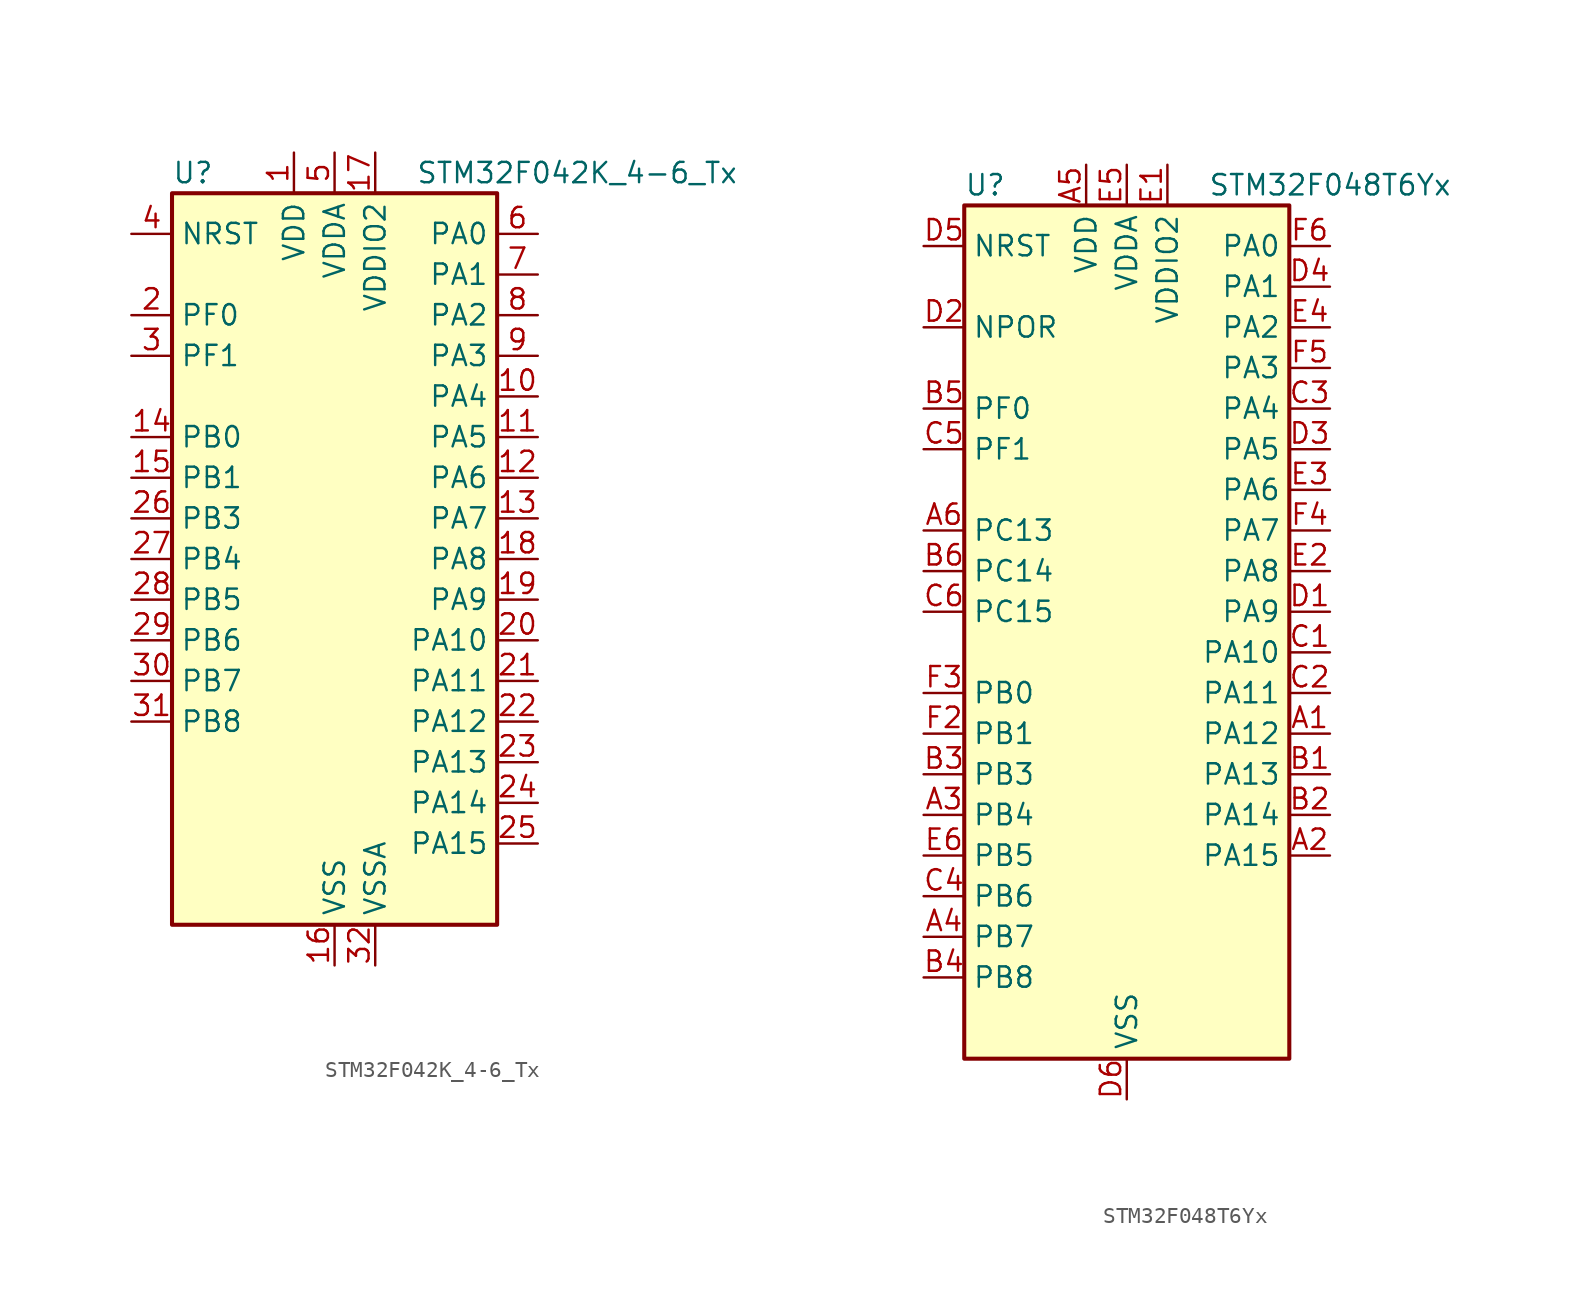
<source format=kicad_sym>
(kicad_symbol_lib
  (version 20231120)
  (generator "kicad_symbol_editor")
  (generator_version "8.0")
  (symbol "STM32F042K_4-6_Tx"
    (property "Reference" "U"
      (at -10.16 24.13 0)
      (effects (font (size 1.27 1.27)) (justify left)))
    (property "Value" "STM32F042K_4-6_Tx"
      (at 5.08 24.13 0)
      (effects (font (size 1.27 1.27)) (justify left)))
    (property "ki_locked" ""
      (at 0 0 0)
      (effects (font (size 1.27 1.27))))
    (symbol "STM32F042K_4-6_Tx_0_1"
      (rectangle (start -10.16 -22.86) (end 10.16 22.86) (stroke (width 0.254) (type default)) (fill (type background))))
    (symbol "STM32F042K_4-6_Tx_1_1"
      (pin power_in line (at -2.54 25.4 270) (length 2.54) (name "VDD" (effects (font (size 1.27 1.27)))) (number "1" (effects (font (size 1.27 1.27)))))
      (pin bidirectional line (at 12.7 10.16 180) (length 2.54) (name "PA4" (effects (font (size 1.27 1.27)))) (number "10" (effects (font (size 1.27 1.27)))) (alternate "ADC_IN4" bidirectional line) (alternate "I2S1_WS" bidirectional line) (alternate "SPI1_NSS" bidirectional line) (alternate "TIM14_CH1" bidirectional line) (alternate "TSC_G2_IO1" bidirectional line) (alternate "USART2_CK" bidirectional line) (alternate "USB_NOE" bidirectional line))
      (pin bidirectional line (at 12.7 7.62 180) (length 2.54) (name "PA5" (effects (font (size 1.27 1.27)))) (number "11" (effects (font (size 1.27 1.27)))) (alternate "ADC_IN5" bidirectional line) (alternate "CEC" bidirectional line) (alternate "I2S1_CK" bidirectional line) (alternate "SPI1_SCK" bidirectional line) (alternate "TIM2_CH1" bidirectional line) (alternate "TIM2_ETR" bidirectional line) (alternate "TSC_G2_IO2" bidirectional line))
      (pin bidirectional line (at 12.7 5.08 180) (length 2.54) (name "PA6" (effects (font (size 1.27 1.27)))) (number "12" (effects (font (size 1.27 1.27)))) (alternate "ADC_IN6" bidirectional line) (alternate "I2S1_MCK" bidirectional line) (alternate "SPI1_MISO" bidirectional line) (alternate "TIM16_CH1" bidirectional line) (alternate "TIM1_BKIN" bidirectional line) (alternate "TIM3_CH1" bidirectional line) (alternate "TSC_G2_IO3" bidirectional line))
      (pin bidirectional line (at 12.7 2.54 180) (length 2.54) (name "PA7" (effects (font (size 1.27 1.27)))) (number "13" (effects (font (size 1.27 1.27)))) (alternate "ADC_IN7" bidirectional line) (alternate "I2S1_SD" bidirectional line) (alternate "SPI1_MOSI" bidirectional line) (alternate "TIM14_CH1" bidirectional line) (alternate "TIM17_CH1" bidirectional line) (alternate "TIM1_CH1N" bidirectional line) (alternate "TIM3_CH2" bidirectional line) (alternate "TSC_G2_IO4" bidirectional line))
      (pin bidirectional line (at -12.7 7.62 0) (length 2.54) (name "PB0" (effects (font (size 1.27 1.27)))) (number "14" (effects (font (size 1.27 1.27)))) (alternate "ADC_IN8" bidirectional line) (alternate "TIM1_CH2N" bidirectional line) (alternate "TIM3_CH3" bidirectional line) (alternate "TSC_G3_IO2" bidirectional line))
      (pin bidirectional line (at -12.7 5.08 0) (length 2.54) (name "PB1" (effects (font (size 1.27 1.27)))) (number "15" (effects (font (size 1.27 1.27)))) (alternate "ADC_IN9" bidirectional line) (alternate "TIM14_CH1" bidirectional line) (alternate "TIM1_CH3N" bidirectional line) (alternate "TIM3_CH4" bidirectional line) (alternate "TSC_G3_IO3" bidirectional line))
      (pin power_in line (at 0 -25.4 90) (length 2.54) (name "VSS" (effects (font (size 1.27 1.27)))) (number "16" (effects (font (size 1.27 1.27)))))
      (pin power_in line (at 2.54 25.4 270) (length 2.54) (name "VDDIO2" (effects (font (size 1.27 1.27)))) (number "17" (effects (font (size 1.27 1.27)))))
      (pin bidirectional line (at 12.7 0 180) (length 2.54) (name "PA8" (effects (font (size 1.27 1.27)))) (number "18" (effects (font (size 1.27 1.27)))) (alternate "CRS_SYNC" bidirectional line) (alternate "RCC_MCO" bidirectional line) (alternate "TIM1_CH1" bidirectional line) (alternate "USART1_CK" bidirectional line))
      (pin bidirectional line (at 12.7 -2.54 180) (length 2.54) (name "PA9" (effects (font (size 1.27 1.27)))) (number "19" (effects (font (size 1.27 1.27)))) (alternate "I2C1_SCL" bidirectional line) (alternate "TIM1_CH2" bidirectional line) (alternate "TSC_G4_IO1" bidirectional line) (alternate "USART1_TX" bidirectional line))
      (pin bidirectional line (at -12.7 15.24 0) (length 2.54) (name "PF0" (effects (font (size 1.27 1.27)))) (number "2" (effects (font (size 1.27 1.27)))) (alternate "CRS_SYNC" bidirectional line) (alternate "I2C1_SDA" bidirectional line) (alternate "RCC_OSC_IN" bidirectional line))
      (pin bidirectional line (at 12.7 -5.08 180) (length 2.54) (name "PA10" (effects (font (size 1.27 1.27)))) (number "20" (effects (font (size 1.27 1.27)))) (alternate "I2C1_SDA" bidirectional line) (alternate "TIM17_BKIN" bidirectional line) (alternate "TIM1_CH3" bidirectional line) (alternate "TSC_G4_IO2" bidirectional line) (alternate "USART1_RX" bidirectional line))
      (pin bidirectional line (at 12.7 -7.62 180) (length 2.54) (name "PA11" (effects (font (size 1.27 1.27)))) (number "21" (effects (font (size 1.27 1.27)))) (alternate "CAN_RX" bidirectional line) (alternate "I2C1_SCL" bidirectional line) (alternate "TIM1_CH4" bidirectional line) (alternate "TSC_G4_IO3" bidirectional line) (alternate "USART1_CTS" bidirectional line) (alternate "USB_DM" bidirectional line))
      (pin bidirectional line (at 12.7 -10.16 180) (length 2.54) (name "PA12" (effects (font (size 1.27 1.27)))) (number "22" (effects (font (size 1.27 1.27)))) (alternate "CAN_TX" bidirectional line) (alternate "I2C1_SDA" bidirectional line) (alternate "TIM1_ETR" bidirectional line) (alternate "TSC_G4_IO4" bidirectional line) (alternate "USART1_DE" bidirectional line) (alternate "USART1_RTS" bidirectional line) (alternate "USB_DP" bidirectional line))
      (pin bidirectional line (at 12.7 -12.7 180) (length 2.54) (name "PA13" (effects (font (size 1.27 1.27)))) (number "23" (effects (font (size 1.27 1.27)))) (alternate "IR_OUT" bidirectional line) (alternate "SYS_SWDIO" bidirectional line) (alternate "USB_NOE" bidirectional line))
      (pin bidirectional line (at 12.7 -15.24 180) (length 2.54) (name "PA14" (effects (font (size 1.27 1.27)))) (number "24" (effects (font (size 1.27 1.27)))) (alternate "SYS_SWCLK" bidirectional line) (alternate "USART2_TX" bidirectional line))
      (pin bidirectional line (at 12.7 -17.78 180) (length 2.54) (name "PA15" (effects (font (size 1.27 1.27)))) (number "25" (effects (font (size 1.27 1.27)))) (alternate "I2S1_WS" bidirectional line) (alternate "SPI1_NSS" bidirectional line) (alternate "TIM2_CH1" bidirectional line) (alternate "TIM2_ETR" bidirectional line) (alternate "USART2_RX" bidirectional line) (alternate "USB_NOE" bidirectional line))
      (pin bidirectional line (at -12.7 2.54 0) (length 2.54) (name "PB3" (effects (font (size 1.27 1.27)))) (number "26" (effects (font (size 1.27 1.27)))) (alternate "I2S1_CK" bidirectional line) (alternate "SPI1_SCK" bidirectional line) (alternate "TIM2_CH2" bidirectional line) (alternate "TSC_G5_IO1" bidirectional line))
      (pin bidirectional line (at -12.7 0 0) (length 2.54) (name "PB4" (effects (font (size 1.27 1.27)))) (number "27" (effects (font (size 1.27 1.27)))) (alternate "I2S1_MCK" bidirectional line) (alternate "SPI1_MISO" bidirectional line) (alternate "TIM17_BKIN" bidirectional line) (alternate "TIM3_CH1" bidirectional line) (alternate "TSC_G5_IO2" bidirectional line))
      (pin bidirectional line (at -12.7 -2.54 0) (length 2.54) (name "PB5" (effects (font (size 1.27 1.27)))) (number "28" (effects (font (size 1.27 1.27)))) (alternate "I2C1_SMBA" bidirectional line) (alternate "I2S1_SD" bidirectional line) (alternate "SPI1_MOSI" bidirectional line) (alternate "SYS_WKUP6" bidirectional line) (alternate "TIM16_BKIN" bidirectional line) (alternate "TIM3_CH2" bidirectional line))
      (pin bidirectional line (at -12.7 -5.08 0) (length 2.54) (name "PB6" (effects (font (size 1.27 1.27)))) (number "29" (effects (font (size 1.27 1.27)))) (alternate "I2C1_SCL" bidirectional line) (alternate "TIM16_CH1N" bidirectional line) (alternate "TSC_G5_IO3" bidirectional line) (alternate "USART1_TX" bidirectional line))
      (pin bidirectional line (at -12.7 12.7 0) (length 2.54) (name "PF1" (effects (font (size 1.27 1.27)))) (number "3" (effects (font (size 1.27 1.27)))) (alternate "I2C1_SCL" bidirectional line) (alternate "RCC_OSC_OUT" bidirectional line))
      (pin bidirectional line (at -12.7 -7.62 0) (length 2.54) (name "PB7" (effects (font (size 1.27 1.27)))) (number "30" (effects (font (size 1.27 1.27)))) (alternate "I2C1_SDA" bidirectional line) (alternate "TIM17_CH1N" bidirectional line) (alternate "TSC_G5_IO4" bidirectional line) (alternate "USART1_RX" bidirectional line))
      (pin bidirectional line (at -12.7 -10.16 0) (length 2.54) (name "PB8" (effects (font (size 1.27 1.27)))) (number "31" (effects (font (size 1.27 1.27)))) (alternate "CAN_RX" bidirectional line) (alternate "CEC" bidirectional line) (alternate "I2C1_SCL" bidirectional line) (alternate "TIM16_CH1" bidirectional line) (alternate "TSC_SYNC" bidirectional line))
      (pin power_in line (at 2.54 -25.4 90) (length 2.54) (name "VSSA" (effects (font (size 1.27 1.27)))) (number "32" (effects (font (size 1.27 1.27)))))
      (pin input line (at -12.7 20.32 0) (length 2.54) (name "NRST" (effects (font (size 1.27 1.27)))) (number "4" (effects (font (size 1.27 1.27)))))
      (pin power_in line (at 0 25.4 270) (length 2.54) (name "VDDA" (effects (font (size 1.27 1.27)))) (number "5" (effects (font (size 1.27 1.27)))))
      (pin bidirectional line (at 12.7 20.32 180) (length 2.54) (name "PA0" (effects (font (size 1.27 1.27)))) (number "6" (effects (font (size 1.27 1.27)))) (alternate "ADC_IN0" bidirectional line) (alternate "RTC_TAMP2" bidirectional line) (alternate "SYS_WKUP1" bidirectional line) (alternate "TIM2_CH1" bidirectional line) (alternate "TIM2_ETR" bidirectional line) (alternate "TSC_G1_IO1" bidirectional line) (alternate "USART2_CTS" bidirectional line))
      (pin bidirectional line (at 12.7 17.78 180) (length 2.54) (name "PA1" (effects (font (size 1.27 1.27)))) (number "7" (effects (font (size 1.27 1.27)))) (alternate "ADC_IN1" bidirectional line) (alternate "TIM2_CH2" bidirectional line) (alternate "TSC_G1_IO2" bidirectional line) (alternate "USART2_DE" bidirectional line) (alternate "USART2_RTS" bidirectional line))
      (pin bidirectional line (at 12.7 15.24 180) (length 2.54) (name "PA2" (effects (font (size 1.27 1.27)))) (number "8" (effects (font (size 1.27 1.27)))) (alternate "ADC_IN2" bidirectional line) (alternate "SYS_WKUP4" bidirectional line) (alternate "TIM2_CH3" bidirectional line) (alternate "TSC_G1_IO3" bidirectional line) (alternate "USART2_TX" bidirectional line))
      (pin bidirectional line (at 12.7 12.7 180) (length 2.54) (name "PA3" (effects (font (size 1.27 1.27)))) (number "9" (effects (font (size 1.27 1.27)))) (alternate "ADC_IN3" bidirectional line) (alternate "TIM2_CH4" bidirectional line) (alternate "TSC_G1_IO4" bidirectional line) (alternate "USART2_RX" bidirectional line))))
  (symbol "STM32F048T6Yx"
    (property "Reference" "U"
      (at -10.16 29.21 0)
      (effects (font (size 1.27 1.27)) (justify left)))
    (property "Value" "STM32F048T6Yx"
      (at 5.08 29.21 0)
      (effects (font (size 1.27 1.27)) (justify left)))
    (property "ki_locked" ""
      (at 0 0 0)
      (effects (font (size 1.27 1.27))))
    (symbol "STM32F048T6Yx_0_1"
      (rectangle (start -10.16 -25.4) (end 10.16 27.94) (stroke (width 0.254) (type default)) (fill (type background))))
    (symbol "STM32F048T6Yx_1_1"
      (pin bidirectional line (at 12.7 -5.08 180) (length 2.54) (name "PA12" (effects (font (size 1.27 1.27)))) (number "A1" (effects (font (size 1.27 1.27)))) (alternate "I2C1_SDA" bidirectional line) (alternate "TIM1_ETR" bidirectional line) (alternate "TSC_G4_IO4" bidirectional line) (alternate "USART1_DE" bidirectional line) (alternate "USART1_RTS" bidirectional line) (alternate "USB_DP" bidirectional line))
      (pin bidirectional line (at 12.7 -12.7 180) (length 2.54) (name "PA15" (effects (font (size 1.27 1.27)))) (number "A2" (effects (font (size 1.27 1.27)))) (alternate "I2S1_WS" bidirectional line) (alternate "SPI1_NSS" bidirectional line) (alternate "TIM2_CH1" bidirectional line) (alternate "TIM2_ETR" bidirectional line) (alternate "USART2_RX" bidirectional line) (alternate "USB_NOE" bidirectional line))
      (pin bidirectional line (at -12.7 -10.16 0) (length 2.54) (name "PB4" (effects (font (size 1.27 1.27)))) (number "A3" (effects (font (size 1.27 1.27)))) (alternate "I2S1_MCK" bidirectional line) (alternate "SPI1_MISO" bidirectional line) (alternate "TIM17_BKIN" bidirectional line) (alternate "TIM3_CH1" bidirectional line) (alternate "TSC_G5_IO2" bidirectional line))
      (pin bidirectional line (at -12.7 -17.78 0) (length 2.54) (name "PB7" (effects (font (size 1.27 1.27)))) (number "A4" (effects (font (size 1.27 1.27)))) (alternate "I2C1_SDA" bidirectional line) (alternate "TIM17_CH1N" bidirectional line) (alternate "TSC_G5_IO4" bidirectional line) (alternate "USART1_RX" bidirectional line))
      (pin power_in line (at -2.54 30.48 270) (length 2.54) (name "VDD" (effects (font (size 1.27 1.27)))) (number "A5" (effects (font (size 1.27 1.27)))))
      (pin bidirectional line (at -12.7 7.62 0) (length 2.54) (name "PC13" (effects (font (size 1.27 1.27)))) (number "A6" (effects (font (size 1.27 1.27)))) (alternate "RTC_OUT_ALARM" bidirectional line) (alternate "RTC_OUT_CALIB" bidirectional line) (alternate "RTC_TAMP1" bidirectional line) (alternate "RTC_TS" bidirectional line) (alternate "SYS_WKUP2" bidirectional line))
      (pin bidirectional line (at 12.7 -7.62 180) (length 2.54) (name "PA13" (effects (font (size 1.27 1.27)))) (number "B1" (effects (font (size 1.27 1.27)))) (alternate "IR_OUT" bidirectional line) (alternate "SYS_SWDIO" bidirectional line) (alternate "USB_NOE" bidirectional line))
      (pin bidirectional line (at 12.7 -10.16 180) (length 2.54) (name "PA14" (effects (font (size 1.27 1.27)))) (number "B2" (effects (font (size 1.27 1.27)))) (alternate "SYS_SWCLK" bidirectional line) (alternate "USART2_TX" bidirectional line))
      (pin bidirectional line (at -12.7 -7.62 0) (length 2.54) (name "PB3" (effects (font (size 1.27 1.27)))) (number "B3" (effects (font (size 1.27 1.27)))) (alternate "I2S1_CK" bidirectional line) (alternate "SPI1_SCK" bidirectional line) (alternate "TIM2_CH2" bidirectional line) (alternate "TSC_G5_IO1" bidirectional line))
      (pin bidirectional line (at -12.7 -20.32 0) (length 2.54) (name "PB8" (effects (font (size 1.27 1.27)))) (number "B4" (effects (font (size 1.27 1.27)))) (alternate "CEC" bidirectional line) (alternate "I2C1_SCL" bidirectional line) (alternate "TIM16_CH1" bidirectional line) (alternate "TSC_SYNC" bidirectional line))
      (pin bidirectional line (at -12.7 15.24 0) (length 2.54) (name "PF0" (effects (font (size 1.27 1.27)))) (number "B5" (effects (font (size 1.27 1.27)))) (alternate "CRS_SYNC" bidirectional line) (alternate "I2C1_SDA" bidirectional line) (alternate "RCC_OSC_IN" bidirectional line))
      (pin bidirectional line (at -12.7 5.08 0) (length 2.54) (name "PC14" (effects (font (size 1.27 1.27)))) (number "B6" (effects (font (size 1.27 1.27)))) (alternate "RCC_OSC32_IN" bidirectional line))
      (pin bidirectional line (at 12.7 0 180) (length 2.54) (name "PA10" (effects (font (size 1.27 1.27)))) (number "C1" (effects (font (size 1.27 1.27)))) (alternate "I2C1_SDA" bidirectional line) (alternate "TIM17_BKIN" bidirectional line) (alternate "TIM1_CH3" bidirectional line) (alternate "TSC_G4_IO2" bidirectional line) (alternate "USART1_RX" bidirectional line))
      (pin bidirectional line (at 12.7 -2.54 180) (length 2.54) (name "PA11" (effects (font (size 1.27 1.27)))) (number "C2" (effects (font (size 1.27 1.27)))) (alternate "I2C1_SCL" bidirectional line) (alternate "TIM1_CH4" bidirectional line) (alternate "TSC_G4_IO3" bidirectional line) (alternate "USART1_CTS" bidirectional line) (alternate "USB_DM" bidirectional line))
      (pin bidirectional line (at 12.7 15.24 180) (length 2.54) (name "PA4" (effects (font (size 1.27 1.27)))) (number "C3" (effects (font (size 1.27 1.27)))) (alternate "ADC_IN4" bidirectional line) (alternate "I2S1_WS" bidirectional line) (alternate "SPI1_NSS" bidirectional line) (alternate "TIM14_CH1" bidirectional line) (alternate "TSC_G2_IO1" bidirectional line) (alternate "USART2_CK" bidirectional line) (alternate "USB_NOE" bidirectional line))
      (pin bidirectional line (at -12.7 -15.24 0) (length 2.54) (name "PB6" (effects (font (size 1.27 1.27)))) (number "C4" (effects (font (size 1.27 1.27)))) (alternate "I2C1_SCL" bidirectional line) (alternate "TIM16_CH1N" bidirectional line) (alternate "TSC_G5_IO3" bidirectional line) (alternate "USART1_TX" bidirectional line))
      (pin bidirectional line (at -12.7 12.7 0) (length 2.54) (name "PF1" (effects (font (size 1.27 1.27)))) (number "C5" (effects (font (size 1.27 1.27)))) (alternate "I2C1_SCL" bidirectional line) (alternate "RCC_OSC_OUT" bidirectional line))
      (pin bidirectional line (at -12.7 2.54 0) (length 2.54) (name "PC15" (effects (font (size 1.27 1.27)))) (number "C6" (effects (font (size 1.27 1.27)))) (alternate "RCC_OSC32_OUT" bidirectional line))
      (pin bidirectional line (at 12.7 2.54 180) (length 2.54) (name "PA9" (effects (font (size 1.27 1.27)))) (number "D1" (effects (font (size 1.27 1.27)))) (alternate "I2C1_SCL" bidirectional line) (alternate "TIM1_CH2" bidirectional line) (alternate "TSC_G4_IO1" bidirectional line) (alternate "USART1_TX" bidirectional line))
      (pin input line (at -12.7 20.32 0) (length 2.54) (name "NPOR" (effects (font (size 1.27 1.27)))) (number "D2" (effects (font (size 1.27 1.27)))))
      (pin bidirectional line (at 12.7 12.7 180) (length 2.54) (name "PA5" (effects (font (size 1.27 1.27)))) (number "D3" (effects (font (size 1.27 1.27)))) (alternate "ADC_IN5" bidirectional line) (alternate "CEC" bidirectional line) (alternate "I2S1_CK" bidirectional line) (alternate "SPI1_SCK" bidirectional line) (alternate "TIM2_CH1" bidirectional line) (alternate "TIM2_ETR" bidirectional line) (alternate "TSC_G2_IO2" bidirectional line))
      (pin bidirectional line (at 12.7 22.86 180) (length 2.54) (name "PA1" (effects (font (size 1.27 1.27)))) (number "D4" (effects (font (size 1.27 1.27)))) (alternate "ADC_IN1" bidirectional line) (alternate "TIM2_CH2" bidirectional line) (alternate "TSC_G1_IO2" bidirectional line) (alternate "USART2_DE" bidirectional line) (alternate "USART2_RTS" bidirectional line))
      (pin input line (at -12.7 25.4 0) (length 2.54) (name "NRST" (effects (font (size 1.27 1.27)))) (number "D5" (effects (font (size 1.27 1.27)))))
      (pin power_in line (at 0 -27.94 90) (length 2.54) (name "VSS" (effects (font (size 1.27 1.27)))) (number "D6" (effects (font (size 1.27 1.27)))))
      (pin power_in line (at 2.54 30.48 270) (length 2.54) (name "VDDIO2" (effects (font (size 1.27 1.27)))) (number "E1" (effects (font (size 1.27 1.27)))))
      (pin bidirectional line (at 12.7 5.08 180) (length 2.54) (name "PA8" (effects (font (size 1.27 1.27)))) (number "E2" (effects (font (size 1.27 1.27)))) (alternate "CRS_SYNC" bidirectional line) (alternate "RCC_MCO" bidirectional line) (alternate "TIM1_CH1" bidirectional line) (alternate "USART1_CK" bidirectional line))
      (pin bidirectional line (at 12.7 10.16 180) (length 2.54) (name "PA6" (effects (font (size 1.27 1.27)))) (number "E3" (effects (font (size 1.27 1.27)))) (alternate "ADC_IN6" bidirectional line) (alternate "I2S1_MCK" bidirectional line) (alternate "SPI1_MISO" bidirectional line) (alternate "TIM16_CH1" bidirectional line) (alternate "TIM1_BKIN" bidirectional line) (alternate "TIM3_CH1" bidirectional line) (alternate "TSC_G2_IO3" bidirectional line))
      (pin bidirectional line (at 12.7 20.32 180) (length 2.54) (name "PA2" (effects (font (size 1.27 1.27)))) (number "E4" (effects (font (size 1.27 1.27)))) (alternate "ADC_IN2" bidirectional line) (alternate "SYS_WKUP4" bidirectional line) (alternate "TIM2_CH3" bidirectional line) (alternate "TSC_G1_IO3" bidirectional line) (alternate "USART2_TX" bidirectional line))
      (pin power_in line (at 0 30.48 270) (length 2.54) (name "VDDA" (effects (font (size 1.27 1.27)))) (number "E5" (effects (font (size 1.27 1.27)))))
      (pin bidirectional line (at -12.7 -12.7 0) (length 2.54) (name "PB5" (effects (font (size 1.27 1.27)))) (number "E6" (effects (font (size 1.27 1.27)))) (alternate "I2C1_SMBA" bidirectional line) (alternate "I2S1_SD" bidirectional line) (alternate "SPI1_MOSI" bidirectional line) (alternate "SYS_WKUP6" bidirectional line) (alternate "TIM16_BKIN" bidirectional line) (alternate "TIM3_CH2" bidirectional line))
      (pin passive line (at 0 -27.94 90) (length 2.54) hide (name "VSS" (effects (font (size 1.27 1.27)))) (number "F1" (effects (font (size 1.27 1.27)))))
      (pin bidirectional line (at -12.7 -5.08 0) (length 2.54) (name "PB1" (effects (font (size 1.27 1.27)))) (number "F2" (effects (font (size 1.27 1.27)))) (alternate "ADC_IN9" bidirectional line) (alternate "TIM14_CH1" bidirectional line) (alternate "TIM1_CH3N" bidirectional line) (alternate "TIM3_CH4" bidirectional line) (alternate "TSC_G3_IO3" bidirectional line))
      (pin bidirectional line (at -12.7 -2.54 0) (length 2.54) (name "PB0" (effects (font (size 1.27 1.27)))) (number "F3" (effects (font (size 1.27 1.27)))) (alternate "ADC_IN8" bidirectional line) (alternate "TIM1_CH2N" bidirectional line) (alternate "TIM3_CH3" bidirectional line) (alternate "TSC_G3_IO2" bidirectional line))
      (pin bidirectional line (at 12.7 7.62 180) (length 2.54) (name "PA7" (effects (font (size 1.27 1.27)))) (number "F4" (effects (font (size 1.27 1.27)))) (alternate "ADC_IN7" bidirectional line) (alternate "I2S1_SD" bidirectional line) (alternate "SPI1_MOSI" bidirectional line) (alternate "TIM14_CH1" bidirectional line) (alternate "TIM17_CH1" bidirectional line) (alternate "TIM1_CH1N" bidirectional line) (alternate "TIM3_CH2" bidirectional line) (alternate "TSC_G2_IO4" bidirectional line))
      (pin bidirectional line (at 12.7 17.78 180) (length 2.54) (name "PA3" (effects (font (size 1.27 1.27)))) (number "F5" (effects (font (size 1.27 1.27)))) (alternate "ADC_IN3" bidirectional line) (alternate "TIM2_CH4" bidirectional line) (alternate "TSC_G1_IO4" bidirectional line) (alternate "USART2_RX" bidirectional line))
      (pin bidirectional line (at 12.7 25.4 180) (length 2.54) (name "PA0" (effects (font (size 1.27 1.27)))) (number "F6" (effects (font (size 1.27 1.27)))) (alternate "ADC_IN0" bidirectional line) (alternate "RTC_TAMP2" bidirectional line) (alternate "SYS_WKUP1" bidirectional line) (alternate "TIM2_CH1" bidirectional line) (alternate "TIM2_ETR" bidirectional line) (alternate "TSC_G1_IO1" bidirectional line) (alternate "USART2_CTS" bidirectional line)))))
</source>
